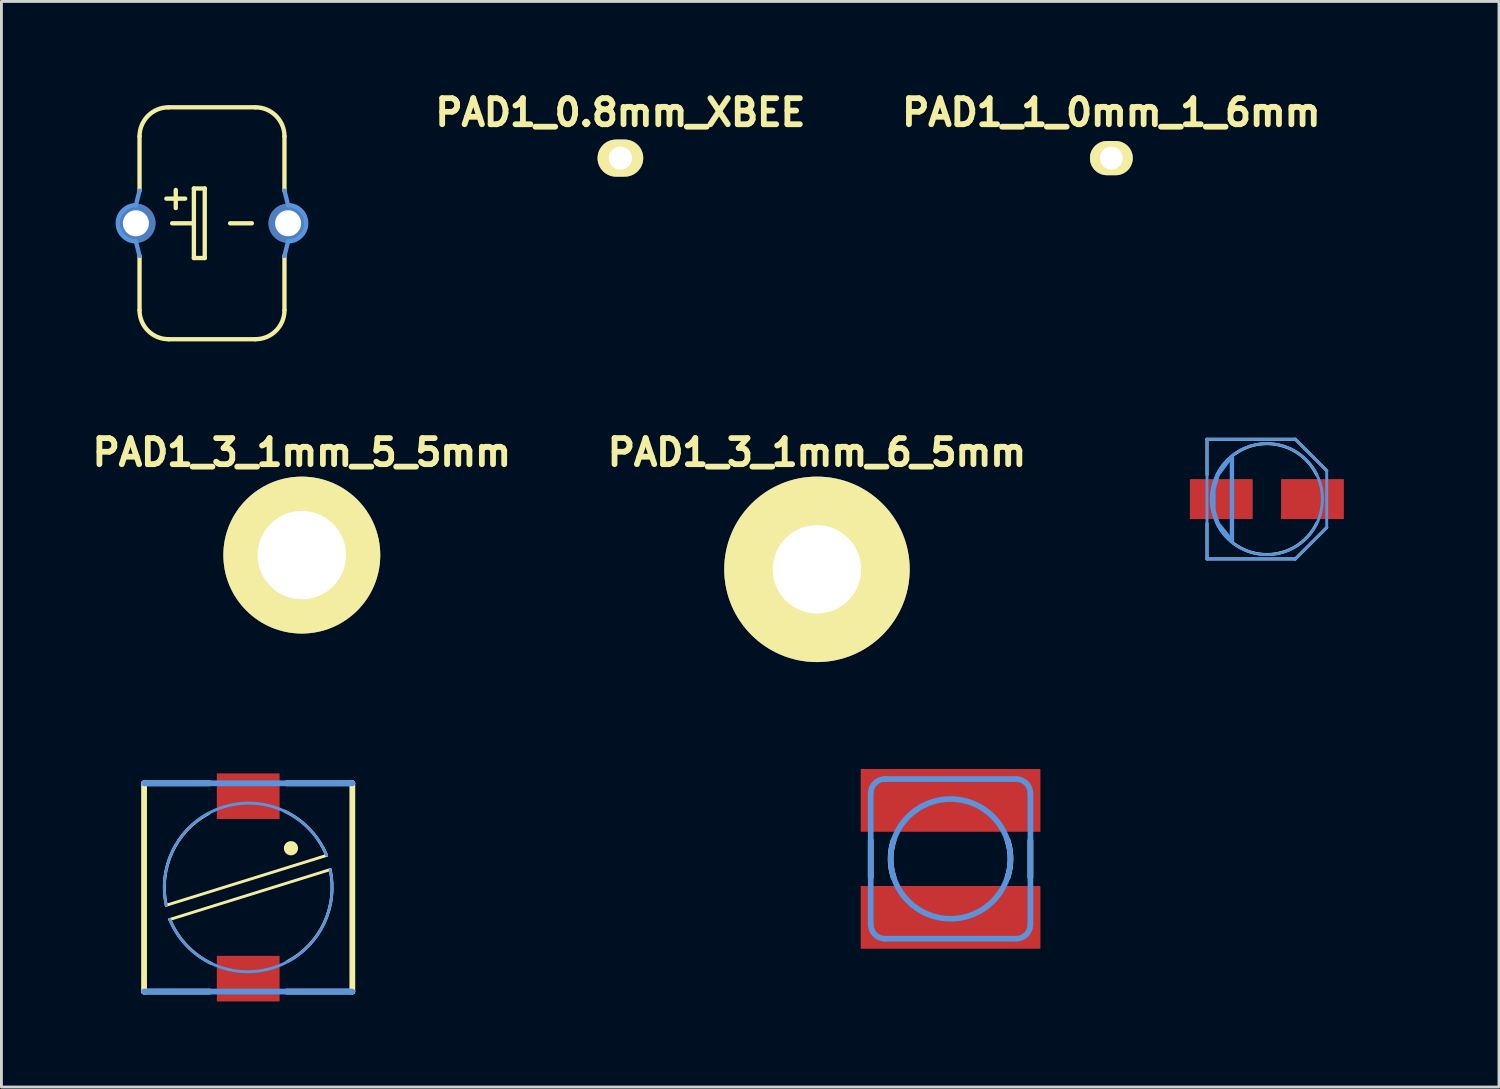
<source format=kicad_pcb>
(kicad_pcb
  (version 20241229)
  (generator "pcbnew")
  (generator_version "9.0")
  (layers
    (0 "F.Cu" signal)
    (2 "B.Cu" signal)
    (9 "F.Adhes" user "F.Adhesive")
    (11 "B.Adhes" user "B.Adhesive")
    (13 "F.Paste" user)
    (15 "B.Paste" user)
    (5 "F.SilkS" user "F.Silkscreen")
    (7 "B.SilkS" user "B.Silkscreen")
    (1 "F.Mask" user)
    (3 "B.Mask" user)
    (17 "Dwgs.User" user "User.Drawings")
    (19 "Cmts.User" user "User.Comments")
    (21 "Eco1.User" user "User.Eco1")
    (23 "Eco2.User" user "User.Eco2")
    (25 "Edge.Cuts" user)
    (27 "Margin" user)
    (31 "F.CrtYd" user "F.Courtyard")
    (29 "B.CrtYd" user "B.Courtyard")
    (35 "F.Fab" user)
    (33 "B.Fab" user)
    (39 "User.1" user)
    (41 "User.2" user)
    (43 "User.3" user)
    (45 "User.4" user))
  (footprint "PIS2816"
    (layer "F.Cu")
    (at 5.65 28.056)
    (property "Reference" "PIS2816" (at -0.069 -3.609 0) (layer "Eco1.User") (effects (font (size 1.778 1.778) (thickness 0.142))))
    (attr through_hole)
    (fp_line (start -3.65 -3.65) (end -3.65 3.65) (stroke (width 0.203) (type solid)) (layer "F.SilkS"))
    (fp_line (start -3.65 3.65) (end -1.349 3.65) (stroke (width 0.203) (type solid)) (layer "F.SilkS"))
    (fp_line (start -2.748 1.123) (end 2.873 -0.625) (stroke (width 0.102) (type solid)) (layer "F.SilkS"))
    (fp_line (start -1.349 -3.65) (end -3.65 -3.65) (stroke (width 0.203) (type solid)) (layer "F.SilkS"))
    (fp_line (start 1.349 3.65) (end 3.65 3.65) (stroke (width 0.203) (type solid)) (layer "F.SilkS"))
    (fp_line (start 2.748 -1.123) (end -2.873 0.625) (stroke (width 0.102) (type solid)) (layer "F.SilkS"))
    (fp_line (start 3.65 -3.65) (end 1.349 -3.65) (stroke (width 0.203) (type solid)) (layer "F.SilkS"))
    (fp_line (start 3.65 3.65) (end 3.65 -3.65) (stroke (width 0.203) (type solid)) (layer "F.SilkS"))
    (fp_arc (start -2.87274 0.62484) (mid -2.667081 -1.236825) (end -1.378893 -2.596481) (stroke (width 0.1016) (type solid)) (layer "F.SilkS"))
    (fp_arc (start -1.277968 2.672245) (mid -2.157071 2.034048) (end -2.74828 1.12268) (stroke (width 0.1016) (type solid)) (layer "F.SilkS"))
    (fp_arc (start 1.277968 -2.672245) (mid 2.157071 -2.034048) (end 2.74828 -1.12268) (stroke (width 0.1016) (type solid)) (layer "F.SilkS"))
    (fp_arc (start 2.87274 -0.62484) (mid 2.667081 1.236825) (end 1.378893 2.596481) (stroke (width 0.1016) (type solid)) (layer "F.SilkS"))
    (fp_circle (center 1.499 -1.374) (end 1.748 -1.374) (stroke (width 0) (type solid)) (fill yes) (layer "F.SilkS"))
    (fp_line (start -3.65 3.65) (end 3.65 3.65) (stroke (width 0.203) (type solid)) (layer "Cmts.User"))
    (fp_line (start 3.65 -3.65) (end -3.65 -3.65) (stroke (width 0.203) (type solid)) (layer "Cmts.User"))
    (fp_arc (start -2.87274 0.62484) (mid -0.863851 -2.821002) (end 2.746928 -1.126382) (stroke (width 0.1016) (type solid)) (layer "Cmts.User"))
    (fp_arc (start 2.87274 -0.62484) (mid 0.863851 2.821002) (end -2.746928 1.126382) (stroke (width 0.1016) (type solid)) (layer "Cmts.User"))
    (pad "1" smd rect (at 0 -3.198) (size 2.2 1.598) (layers "F.Cu" "F.Mask" "F.Paste"))
    (pad "2" smd rect (at 0 3.198) (size 2.2 1.598) (layers "F.Cu" "F.Mask" "F.Paste")))
  (footprint "PANASONIC_B"
    (layer "F.Cu")
    (at 41.356 14.444)
    (property "Reference" "PANASONIC_B" (at -0.117 -1.791 0) (layer "Eco1.User") (effects (font (size 1.016 1.016) (thickness 0.081))))
    (attr through_hole)
    (fp_line (start -2.098 -2.098) (end 0.998 -2.098) (stroke (width 0.102) (type solid)) (layer "F.SilkS"))
    (fp_line (start -2.098 -0.848) (end -2.098 -2.098) (stroke (width 0.102) (type solid)) (layer "F.SilkS"))
    (fp_line (start -2.098 2.098) (end -2.098 0.848) (stroke (width 0.102) (type solid)) (layer "F.SilkS"))
    (fp_line (start 0.998 -2.098) (end 2.098 -0.998) (stroke (width 0.102) (type solid)) (layer "F.SilkS"))
    (fp_line (start 0.998 2.098) (end -2.098 2.098) (stroke (width 0.102) (type solid)) (layer "F.SilkS"))
    (fp_line (start 2.098 0.998) (end 0.998 2.098) (stroke (width 0.102) (type solid)) (layer "F.SilkS"))
    (fp_arc (start -1.74752 -0.84836) (mid -0.001866 -1.942559) (end 1.745887 -0.851716) (stroke (width 0.1016) (type solid)) (layer "F.SilkS"))
    (fp_arc (start 1.745887 0.851716) (mid -0.001866 1.94256) (end -1.74752 0.84836) (stroke (width 0.1016) (type solid)) (layer "F.SilkS"))
    (fp_line (start -2.098 -2.098) (end 0.998 -2.098) (stroke (width 0.102) (type solid)) (layer "Cmts.User"))
    (fp_line (start -2.098 2.098) (end -2.098 -2.098) (stroke (width 0.102) (type solid)) (layer "Cmts.User"))
    (fp_line (start -1.849 -0.348) (end -1.849 0.399) (stroke (width 0.102) (type solid)) (layer "Cmts.User"))
    (fp_line (start -1.849 0.399) (end -1.699 0.848) (stroke (width 0.102) (type solid)) (layer "Cmts.User"))
    (fp_line (start -1.699 -0.848) (end -1.849 -0.348) (stroke (width 0.102) (type solid)) (layer "Cmts.User"))
    (fp_line (start -1.699 0.848) (end -1.25 1.4) (stroke (width 0.102) (type solid)) (layer "Cmts.User"))
    (fp_line (start -1.25 -1.448) (end -1.699 -0.848) (stroke (width 0.102) (type solid)) (layer "Cmts.User"))
    (fp_line (start -1.25 -1.4) (end -1.25 -1.448) (stroke (width 0.102) (type solid)) (layer "Cmts.User"))
    (fp_line (start -1.25 1.4) (end -1.25 -1.4) (stroke (width 0.102) (type solid)) (layer "Cmts.User"))
    (fp_line (start -1.199 -1.499) (end -1.199 1.499) (stroke (width 0.102) (type solid)) (layer "Cmts.User"))
    (fp_line (start 0.998 -2.098) (end 2.098 -0.998) (stroke (width 0.102) (type solid)) (layer "Cmts.User"))
    (fp_line (start 0.998 2.098) (end -2.098 2.098) (stroke (width 0.102) (type solid)) (layer "Cmts.User"))
    (fp_line (start 2.098 -0.998) (end 2.098 0.998) (stroke (width 0.102) (type solid)) (layer "Cmts.User"))
    (fp_line (start 2.098 0.998) (end 0.998 2.098) (stroke (width 0.102) (type solid)) (layer "Cmts.User"))
    (fp_circle (center 0 0) (end 1.948 0) (stroke (width 0.102) (type solid)) (fill no) (layer "Cmts.User"))
    (pad "+" smd rect (at 1.598 0) (size 2.2 1.4) (layers "F.Cu" "F.Mask" "F.Paste"))
    (pad "-" smd rect (at -1.598 0) (size 2.2 1.4) (layers "F.Cu" "F.Mask" "F.Paste")))
  (footprint "PAD1_0.8mm_XBEE"
    (layer "F.Cu")
    (at 18.696 2.492)
    (property "Reference" "PAD1_0.8mm_XBEE" (at 0 -1.6 0) (layer "F.SilkS") (effects (font (size 0.914 0.914) (thickness 0.203))))
    (attr through_hole)
    (pad "" thru_hole oval (at 0 0) (size 1.6 1.3) (drill 0.813) (layers "*.Cu" "*.Mask" "F.SilkS")))
  (footprint "P128-50"
    (layer "F.Cu")
    (at 4.381 4.776)
    (property "Reference" "P128-50" (at 0.127 -3.81 0) (layer "Eco1.User") (effects (font (size 1.27 1.27) (thickness 0.127))))
    (attr through_hole)
    (fp_line (start -2.54 -3.048) (end -2.54 -1.143) (stroke (width 0.152) (type solid)) (layer "F.SilkS"))
    (fp_line (start -2.54 1.143) (end -2.54 3.048) (stroke (width 0.152) (type solid)) (layer "F.SilkS"))
    (fp_line (start -1.524 4.064) (end 1.524 4.064) (stroke (width 0.152) (type solid)) (layer "F.SilkS"))
    (fp_line (start -1.397 0) (end -0.635 0) (stroke (width 0.152) (type solid)) (layer "F.SilkS"))
    (fp_line (start -1.27 -1.168) (end -1.27 -0.533) (stroke (width 0.152) (type solid)) (layer "F.SilkS"))
    (fp_line (start -0.94 -0.864) (end -1.6 -0.864) (stroke (width 0.152) (type solid)) (layer "F.SilkS"))
    (fp_line (start -0.635 -1.219) (end -0.635 0) (stroke (width 0.152) (type solid)) (layer "F.SilkS"))
    (fp_line (start -0.635 0) (end -0.635 1.219) (stroke (width 0.152) (type solid)) (layer "F.SilkS"))
    (fp_line (start -0.635 1.219) (end -0.254 1.219) (stroke (width 0.152) (type solid)) (layer "F.SilkS"))
    (fp_line (start -0.254 -1.219) (end -0.635 -1.219) (stroke (width 0.152) (type solid)) (layer "F.SilkS"))
    (fp_line (start -0.254 1.219) (end -0.254 -1.219) (stroke (width 0.152) (type solid)) (layer "F.SilkS"))
    (fp_line (start 0.635 0) (end 1.397 0) (stroke (width 0.152) (type solid)) (layer "F.SilkS"))
    (fp_line (start 1.524 -4.064) (end -1.524 -4.064) (stroke (width 0.152) (type solid)) (layer "F.SilkS"))
    (fp_line (start 2.54 -3.048) (end 2.54 -1.143) (stroke (width 0.152) (type solid)) (layer "F.SilkS"))
    (fp_line (start 2.54 1.143) (end 2.54 3.048) (stroke (width 0.152) (type solid)) (layer "F.SilkS"))
    (fp_arc (start -2.54 -3.048) (mid -2.24242 -3.76642) (end -1.524 -4.064) (stroke (width 0.1524) (type solid)) (layer "F.SilkS"))
    (fp_arc (start -1.524 4.064) (mid -2.24242 3.76642) (end -2.54 3.048) (stroke (width 0.1524) (type solid)) (layer "F.SilkS"))
    (fp_arc (start 1.524 -4.064) (mid 2.24242 -3.76642) (end 2.54 -3.048) (stroke (width 0.1524) (type solid)) (layer "F.SilkS"))
    (fp_arc (start 2.54 3.048) (mid 2.24242 3.76642) (end 1.524 4.064) (stroke (width 0.1524) (type solid)) (layer "F.SilkS"))
    (fp_line (start -2.667 -0.635) (end -2.54 -1.143) (stroke (width 0.152) (type solid)) (layer "Cmts.User"))
    (fp_line (start -2.54 1.143) (end -2.667 0.635) (stroke (width 0.152) (type solid)) (layer "Cmts.User"))
    (fp_line (start 2.54 1.143) (end 2.667 0.635) (stroke (width 0.152) (type solid)) (layer "Cmts.User"))
    (fp_line (start 2.667 -0.635) (end 2.54 -1.143) (stroke (width 0.152) (type solid)) (layer "Cmts.User"))
    (fp_arc (start -2.667 0.635) (mid -3.302 0) (end -2.667 -0.635) (stroke (width 0.1524) (type solid)) (layer "Cmts.User"))
    (fp_arc (start 2.667 -0.635) (mid 3.302 0) (end 2.667 0.635) (stroke (width 0.1524) (type solid)) (layer "Cmts.User"))
    (pad "+" thru_hole oval (at -2.667 0) (size 1.372 1.372) (drill 0.914) (layers "*.Cu" "*.Mask"))
    (pad "-" thru_hole oval (at 2.667 0) (size 1.372 1.372) (drill 0.914) (layers "*.Cu" "*.Mask")))
  (footprint "PAD1_1_0mm_1_6mm"
    (layer "F.Cu")
    (at 35.905 2.492)
    (property "Reference" "PAD1_1_0mm_1_6mm" (at 0 -1.6 0) (layer "F.SilkS") (effects (font (size 0.914 0.914) (thickness 0.203))))
    (attr through_hole)
    (pad "" thru_hole oval (at 0 0) (size 1.501 1.199) (drill 0.803) (layers "*.Cu" "*.Mask" "F.SilkS")))
  (footprint "PAD1_3_1mm_5_5mm"
    (layer "F.Cu")
    (at 7.529 16.407)
    (property "Reference" "PAD1_3_1mm_5_5mm" (at 0 -3.599 0) (layer "F.SilkS") (effects (font (size 0.914 0.914) (thickness 0.203))))
    (attr through_hole)
    (pad "" thru_hole circle (at 0 0) (size 5.499 5.499) (drill 3.099) (layers "*.Cu" "*.Mask" "F.SilkS")))
  (footprint "POWER-CHOKE_WE-TPC"
    (layer "F.Cu")
    (at 30.269 27.055)
    (property "Reference" "POWER-CHOKE_WE-TPC" (at 0.058 -2.609 0) (layer "Eco1.User") (effects (font (size 1.778 1.778) (thickness 0.142))))
    (attr through_hole)
    (fp_line (start -2.799 -0.648) (end -2.799 0.648) (stroke (width 0.198) (type solid)) (layer "F.SilkS"))
    (fp_line (start 2.799 0.648) (end 2.799 -0.648) (stroke (width 0.198) (type solid)) (layer "F.SilkS"))
    (fp_arc (start -1.997917 0.650971) (mid -2.101293 0.00172) (end -1.99898 -0.6477) (stroke (width 0.19812) (type solid)) (layer "F.SilkS"))
    (fp_arc (start 1.997917 -0.650971) (mid 2.101293 -0.00172) (end 1.99898 0.6477) (stroke (width 0.19812) (type solid)) (layer "F.SilkS"))
    (fp_line (start -2.799 2.299) (end -2.799 -2.299) (stroke (width 0.198) (type solid)) (layer "Cmts.User"))
    (fp_line (start -2.299 -2.799) (end 2.299 -2.799) (stroke (width 0.198) (type solid)) (layer "Cmts.User"))
    (fp_line (start 2.299 2.799) (end -2.299 2.799) (stroke (width 0.198) (type solid)) (layer "Cmts.User"))
    (fp_line (start 2.799 -2.299) (end 2.799 2.299) (stroke (width 0.198) (type solid)) (layer "Cmts.User"))
    (fp_arc (start -2.79908 -2.2987) (mid -2.652522 -2.652522) (end -2.2987 -2.79908) (stroke (width 0.19812) (type solid)) (layer "Cmts.User"))
    (fp_arc (start -2.2987 2.79908) (mid -2.652522 2.652522) (end -2.79908 2.2987) (stroke (width 0.19812) (type solid)) (layer "Cmts.User"))
    (fp_arc (start 2.2987 -2.79908) (mid 2.652522 -2.652522) (end 2.79908 -2.2987) (stroke (width 0.19812) (type solid)) (layer "Cmts.User"))
    (fp_arc (start 2.79908 2.2987) (mid 2.652522 2.652522) (end 2.2987 2.79908) (stroke (width 0.19812) (type solid)) (layer "Cmts.User"))
    (fp_circle (center 0 0) (end 2.098 0) (stroke (width 0.198) (type solid)) (fill no) (layer "Cmts.User"))
    (pad "1" smd rect (at 0 -2.05) (size 6.299 2.2) (layers "F.Cu" "F.Mask" "F.Paste"))
    (pad "2" smd rect (at 0 2.05 180) (size 6.299 2.2) (layers "F.Cu" "F.Mask" "F.Paste")))
  (footprint "PAD1_3_1mm_6_5mm"
    (layer "F.Cu")
    (at 25.586 16.907)
    (property "Reference" "PAD1_3_1mm_6_5mm" (at 0 -4.1 0) (layer "F.SilkS") (effects (font (size 0.914 0.914) (thickness 0.203))))
    (attr through_hole)
    (pad "" thru_hole circle (at 0 0) (size 6.5 6.5) (drill 3.099) (layers "*.Cu" "*.Mask" "F.SilkS")))
  (gr_rect
    (start -3 -3)
    (end 49.492 35.053)
    (stroke (width 0.1) (type default))
    (fill no)
    (layer "Edge.Cuts")))
</source>
